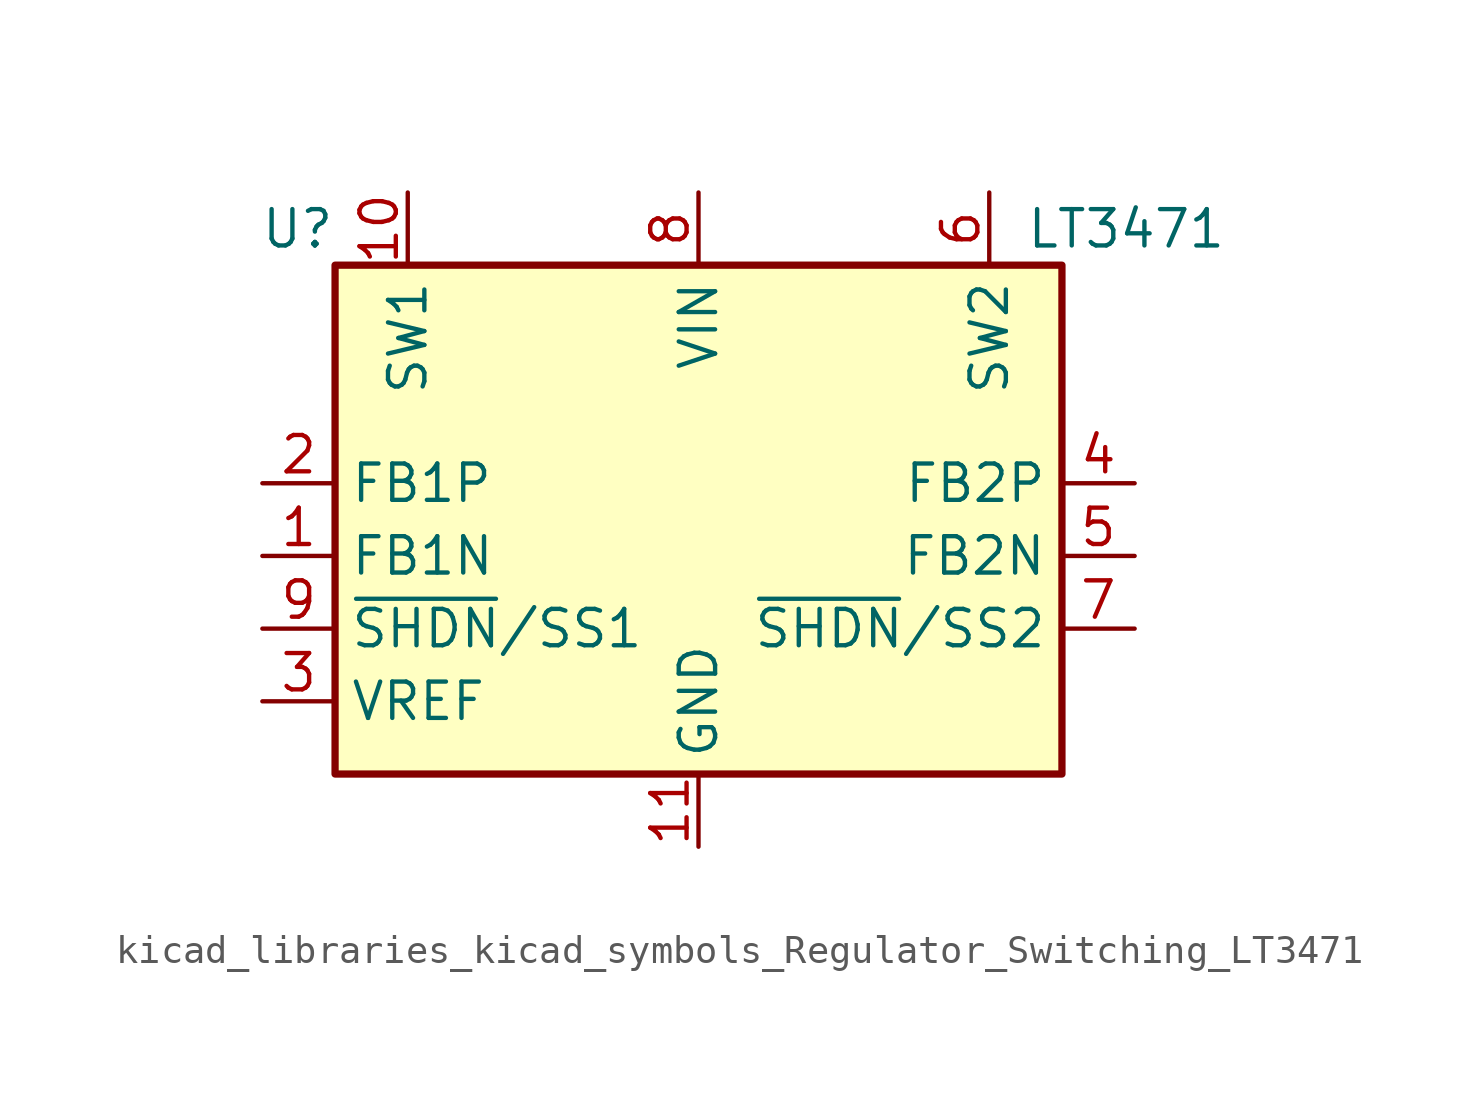
<source format=kicad_sym>
(kicad_symbol_lib
  (version 20220914)
  (generator kicad_symbol_editor)
  (symbol "kicad_libraries_kicad_symbols_Regulator_Switching_LT3471"
    (property "Reference" "U"
      (at -12.7 11.43 0)
      (effects (font (size 1.27 1.27)) (justify right)))
    (property "Value" "LT3471"
      (at 11.43 11.43 0)
      (effects (font (size 1.27 1.27)) (justify left)))
    (symbol "kicad_libraries_kicad_symbols_Regulator_Switching_LT3471_0_1"
      (rectangle (start -12.7 10.16) (end 12.7 -7.62) (stroke (width 0.254) (type default)) (fill (type background))))
    (symbol "kicad_libraries_kicad_symbols_Regulator_Switching_LT3471_1_1"
      (pin input line (at -15.24 0 0) (length 2.54) (name "FB1N" (effects (font (size 1.27 1.27)))) (number "1" (effects (font (size 1.27 1.27)))))
      (pin passive line (at -10.16 12.7 270) (length 2.54) (name "SW1" (effects (font (size 1.27 1.27)))) (number "10" (effects (font (size 1.27 1.27)))))
      (pin power_in line (at 0 -10.16 90) (length 2.54) (name "GND" (effects (font (size 1.27 1.27)))) (number "11" (effects (font (size 1.27 1.27)))))
      (pin input line (at -15.24 2.54 0) (length 2.54) (name "FB1P" (effects (font (size 1.27 1.27)))) (number "2" (effects (font (size 1.27 1.27)))))
      (pin power_out line (at -15.24 -5.08 0) (length 2.54) (name "VREF" (effects (font (size 1.27 1.27)))) (number "3" (effects (font (size 1.27 1.27)))))
      (pin input line (at 15.24 2.54 180) (length 2.54) (name "FB2P" (effects (font (size 1.27 1.27)))) (number "4" (effects (font (size 1.27 1.27)))))
      (pin input line (at 15.24 0 180) (length 2.54) (name "FB2N" (effects (font (size 1.27 1.27)))) (number "5" (effects (font (size 1.27 1.27)))))
      (pin passive line (at 10.16 12.7 270) (length 2.54) (name "SW2" (effects (font (size 1.27 1.27)))) (number "6" (effects (font (size 1.27 1.27)))))
      (pin input line (at 15.24 -2.54 180) (length 2.54) (name "~{SHDN}/SS2" (effects (font (size 1.27 1.27)))) (number "7" (effects (font (size 1.27 1.27)))))
      (pin power_in line (at 0 12.7 270) (length 2.54) (name "VIN" (effects (font (size 1.27 1.27)))) (number "8" (effects (font (size 1.27 1.27)))))
      (pin input line (at -15.24 -2.54 0) (length 2.54) (name "~{SHDN}/SS1" (effects (font (size 1.27 1.27)))) (number "9" (effects (font (size 1.27 1.27))))))))
</source>
